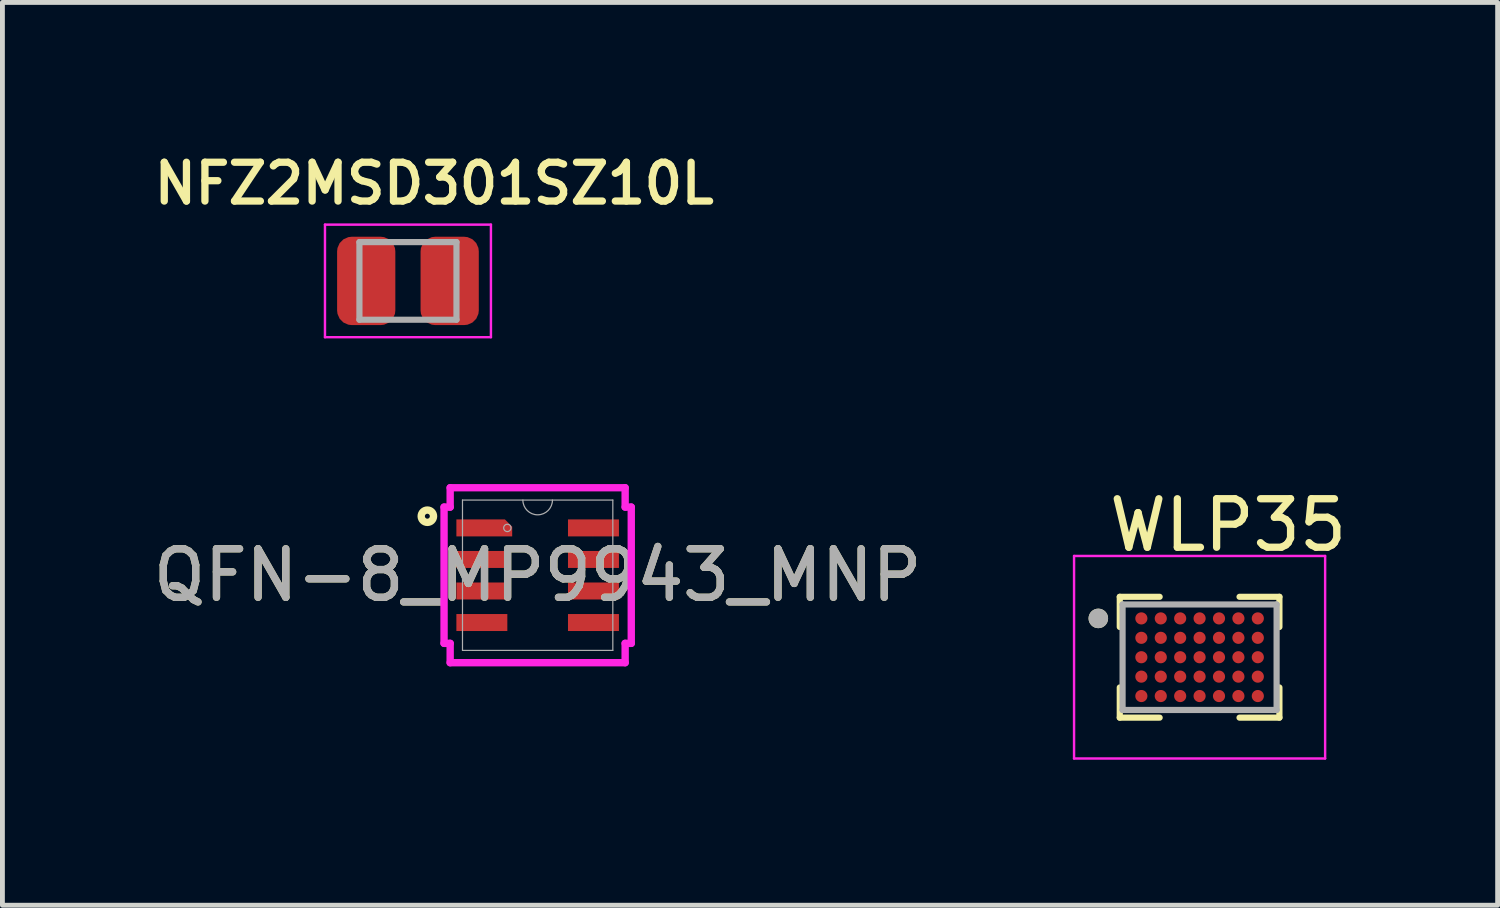
<source format=kicad_pcb>
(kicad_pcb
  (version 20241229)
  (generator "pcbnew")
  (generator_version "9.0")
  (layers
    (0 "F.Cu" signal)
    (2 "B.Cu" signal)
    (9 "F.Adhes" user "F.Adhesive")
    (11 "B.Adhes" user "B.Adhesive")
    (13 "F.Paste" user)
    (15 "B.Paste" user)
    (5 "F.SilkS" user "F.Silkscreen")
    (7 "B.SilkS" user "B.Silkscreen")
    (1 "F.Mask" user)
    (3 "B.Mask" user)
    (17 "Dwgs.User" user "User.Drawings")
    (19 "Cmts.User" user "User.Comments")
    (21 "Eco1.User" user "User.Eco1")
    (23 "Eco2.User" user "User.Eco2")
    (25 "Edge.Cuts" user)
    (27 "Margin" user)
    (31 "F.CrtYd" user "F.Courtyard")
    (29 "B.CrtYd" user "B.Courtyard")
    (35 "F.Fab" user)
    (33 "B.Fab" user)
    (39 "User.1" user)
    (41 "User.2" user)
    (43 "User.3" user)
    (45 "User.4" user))
  (footprint "WLP35"
    (layer "F.Cu")
    (at 21.671 10.494)
    (property "Reference" "WLP35" (at 0.589 -2.721 0) (layer "F.SilkS") (effects (font (size 1 1) (thickness 0.15))))
    (attr smd)
    (fp_line (start -1.645 -1.245) (end -1.645 -0.623) (stroke (width 0.127) (type solid)) (layer "F.SilkS"))
    (fp_line (start -1.645 -1.245) (end -0.823 -1.245) (stroke (width 0.127) (type solid)) (layer "F.SilkS"))
    (fp_line (start -1.645 1.245) (end -1.645 0.623) (stroke (width 0.127) (type solid)) (layer "F.SilkS"))
    (fp_line (start -1.645 1.245) (end -0.823 1.245) (stroke (width 0.127) (type solid)) (layer "F.SilkS"))
    (fp_line (start 1.645 -1.245) (end 0.823 -1.245) (stroke (width 0.127) (type solid)) (layer "F.SilkS"))
    (fp_line (start 1.645 -1.245) (end 1.645 -0.623) (stroke (width 0.127) (type solid)) (layer "F.SilkS"))
    (fp_line (start 1.645 1.245) (end 0.823 1.245) (stroke (width 0.127) (type solid)) (layer "F.SilkS"))
    (fp_line (start 1.645 1.245) (end 1.645 0.623) (stroke (width 0.127) (type solid)) (layer "F.SilkS"))
    (fp_circle (center -2.087 -0.8) (end -1.986 -0.8) (stroke (width 0.2) (type solid)) (fill no) (layer "F.SilkS"))
    (fp_line (start -2.587 -2.087) (end 2.587 -2.087) (stroke (width 0.05) (type solid)) (layer "F.CrtYd"))
    (fp_line (start -2.587 2.087) (end -2.587 -2.087) (stroke (width 0.05) (type solid)) (layer "F.CrtYd"))
    (fp_line (start -2.587 2.087) (end 2.587 2.087) (stroke (width 0.05) (type solid)) (layer "F.CrtYd"))
    (fp_line (start 2.587 2.087) (end 2.587 -2.087) (stroke (width 0.05) (type solid)) (layer "F.CrtYd"))
    (fp_line (start -1.587 1.087) (end -1.587 -1.087) (stroke (width 0.127) (type solid)) (layer "F.Fab"))
    (fp_line (start 1.587 -1.087) (end -1.587 -1.087) (stroke (width 0.127) (type solid)) (layer "F.Fab"))
    (fp_line (start 1.587 1.087) (end -1.587 1.087) (stroke (width 0.127) (type solid)) (layer "F.Fab"))
    (fp_line (start 1.587 1.087) (end 1.587 -1.087) (stroke (width 0.127) (type solid)) (layer "F.Fab"))
    (fp_circle (center -2.087 -0.8) (end -1.986 -0.8) (stroke (width 0.2) (type solid)) (fill no) (layer "F.Fab"))
    (pad "A1" smd circle (at -1.2 -0.8) (size 0.25 0.25) (layers "F.Cu" "F.Mask" "F.Paste"))
    (pad "A2" smd circle (at -0.8 -0.8) (size 0.25 0.25) (layers "F.Cu" "F.Mask" "F.Paste"))
    (pad "A3" smd circle (at -0.4 -0.8) (size 0.25 0.25) (layers "F.Cu" "F.Mask" "F.Paste"))
    (pad "A4" smd circle (at 0 -0.8) (size 0.25 0.25) (layers "F.Cu" "F.Mask" "F.Paste"))
    (pad "A5" smd circle (at 0.4 -0.8) (size 0.25 0.25) (layers "F.Cu" "F.Mask" "F.Paste"))
    (pad "A6" smd circle (at 0.8 -0.8) (size 0.25 0.25) (layers "F.Cu" "F.Mask" "F.Paste"))
    (pad "A7" smd circle (at 1.2 -0.8) (size 0.25 0.25) (layers "F.Cu" "F.Mask" "F.Paste"))
    (pad "B1" smd circle (at -1.2 -0.4) (size 0.25 0.25) (layers "F.Cu" "F.Mask" "F.Paste"))
    (pad "B2" smd circle (at -0.8 -0.4) (size 0.25 0.25) (layers "F.Cu" "F.Mask" "F.Paste"))
    (pad "B3" smd circle (at -0.4 -0.4) (size 0.25 0.25) (layers "F.Cu" "F.Mask" "F.Paste"))
    (pad "B4" smd circle (at 0 -0.4) (size 0.25 0.25) (layers "F.Cu" "F.Mask" "F.Paste"))
    (pad "B5" smd circle (at 0.4 -0.4) (size 0.25 0.25) (layers "F.Cu" "F.Mask" "F.Paste"))
    (pad "B6" smd circle (at 0.8 -0.4) (size 0.25 0.25) (layers "F.Cu" "F.Mask" "F.Paste"))
    (pad "B7" smd circle (at 1.2 -0.4) (size 0.25 0.25) (layers "F.Cu" "F.Mask" "F.Paste"))
    (pad "C1" smd circle (at -1.2 0) (size 0.25 0.25) (layers "F.Cu" "F.Mask" "F.Paste"))
    (pad "C2" smd circle (at -0.8 0) (size 0.25 0.25) (layers "F.Cu" "F.Mask" "F.Paste"))
    (pad "C3" smd circle (at -0.4 0) (size 0.25 0.25) (layers "F.Cu" "F.Mask" "F.Paste"))
    (pad "C4" smd circle (at 0 0) (size 0.25 0.25) (layers "F.Cu" "F.Mask" "F.Paste"))
    (pad "C5" smd circle (at 0.4 0) (size 0.25 0.25) (layers "F.Cu" "F.Mask" "F.Paste"))
    (pad "C6" smd circle (at 0.8 0) (size 0.25 0.25) (layers "F.Cu" "F.Mask" "F.Paste"))
    (pad "C7" smd circle (at 1.2 0) (size 0.25 0.25) (layers "F.Cu" "F.Mask" "F.Paste"))
    (pad "D1" smd circle (at -1.2 0.4) (size 0.25 0.25) (layers "F.Cu" "F.Mask" "F.Paste"))
    (pad "D2" smd circle (at -0.8 0.4) (size 0.25 0.25) (layers "F.Cu" "F.Mask" "F.Paste"))
    (pad "D3" smd circle (at -0.4 0.4) (size 0.25 0.25) (layers "F.Cu" "F.Mask" "F.Paste"))
    (pad "D4" smd circle (at 0 0.4) (size 0.25 0.25) (layers "F.Cu" "F.Mask" "F.Paste"))
    (pad "D5" smd circle (at 0.4 0.4) (size 0.25 0.25) (layers "F.Cu" "F.Mask" "F.Paste"))
    (pad "D6" smd circle (at 0.8 0.4) (size 0.25 0.25) (layers "F.Cu" "F.Mask" "F.Paste"))
    (pad "D7" smd circle (at 1.2 0.4) (size 0.25 0.25) (layers "F.Cu" "F.Mask" "F.Paste"))
    (pad "E1" smd circle (at -1.2 0.8) (size 0.25 0.25) (layers "F.Cu" "F.Mask" "F.Paste"))
    (pad "E2" smd circle (at -0.8 0.8) (size 0.25 0.25) (layers "F.Cu" "F.Mask" "F.Paste"))
    (pad "E3" smd circle (at -0.4 0.8) (size 0.25 0.25) (layers "F.Cu" "F.Mask" "F.Paste"))
    (pad "E4" smd circle (at 0 0.8) (size 0.25 0.25) (layers "F.Cu" "F.Mask" "F.Paste"))
    (pad "E5" smd circle (at 0.4 0.8) (size 0.25 0.25) (layers "F.Cu" "F.Mask" "F.Paste"))
    (pad "E6" smd circle (at 0.8 0.8) (size 0.25 0.25) (layers "F.Cu" "F.Mask" "F.Paste"))
    (pad "E7" smd circle (at 1.2 0.8) (size 0.25 0.25) (layers "F.Cu" "F.Mask" "F.Paste")))
  (footprint "NFZ2MSD301SZ10L"
    (layer "F.Cu")
    (at 5.357 2.739)
    (property "Reference" "NFZ2MSD301SZ10L" (at 0.54 -2.008 0) (layer "F.SilkS") (effects (font (size 0.8 0.8) (thickness 0.15))))
    (attr smd)
    (fp_line (start -1.71 -1.16) (end 1.71 -1.16) (stroke (width 0.05) (type solid)) (layer "F.CrtYd"))
    (fp_line (start -1.71 1.16) (end -1.71 -1.16) (stroke (width 0.05) (type solid)) (layer "F.CrtYd"))
    (fp_line (start -1.71 1.16) (end 1.71 1.16) (stroke (width 0.05) (type solid)) (layer "F.CrtYd"))
    (fp_line (start 1.71 1.16) (end 1.71 -1.16) (stroke (width 0.05) (type solid)) (layer "F.CrtYd"))
    (fp_line (start -1 0.8) (end -1 -0.8) (stroke (width 0.127) (type solid)) (layer "F.Fab"))
    (fp_line (start 1 -0.8) (end -1 -0.8) (stroke (width 0.127) (type solid)) (layer "F.Fab"))
    (fp_line (start 1 0.8) (end -1 0.8) (stroke (width 0.127) (type solid)) (layer "F.Fab"))
    (fp_line (start 1 0.8) (end 1 -0.8) (stroke (width 0.127) (type solid)) (layer "F.Fab"))
    (pad "1" smd roundrect (at -0.86 0) (size 1.2 1.82) (layers "F.Cu" "F.Mask" "F.Paste") (roundrect_rratio 0.25))
    (pad "2" smd roundrect (at 0.86 0) (size 1.2 1.82) (layers "F.Cu" "F.Mask" "F.Paste") (roundrect_rratio 0.25)))
  (footprint "QFN-8_MP9943_MNP"
    (layer "F.Cu")
    (at 8.03 8.804)
    (property "Reference" "QFN-8_MP9943_MNP" (at 0 0 0) (unlocked yes) (layer "F.SilkS") (effects (font (size 1 1) (thickness 0.15))))
    (attr smd)
    (fp_poly (pts (xy -1.675 -1.15) (xy -1.675 -0.8) (xy -0.525 -0.8) (xy -0.525 -1) (xy -0.675 -1.15)) (stroke (width 0) (type solid)) (fill yes) (layer "F.Cu"))
    (fp_poly (pts (xy -1.675 -1.15) (xy -1.675 -0.8) (xy -0.525 -0.8) (xy -0.525 -1) (xy -0.675 -1.15)) (stroke (width 0) (type solid)) (fill yes) (layer "F.Mask"))
    (fp_circle (center -2.273 -1.216) (end -2.146 -1.216) (stroke (width 0.152) (type solid)) (fill no) (layer "F.SilkS"))
    (fp_poly (pts (xy -1.675 -1.15) (xy -1.675 -0.8) (xy -0.525 -0.8) (xy -0.525 -1) (xy -0.675 -1.15)) (stroke (width 0) (type solid)) (fill yes) (layer "F.Paste"))
    (fp_line (start -1.929 -1.404) (end -1.803 -1.404) (stroke (width 0.152) (type solid)) (layer "F.CrtYd"))
    (fp_line (start -1.929 1.404) (end -1.929 -1.404) (stroke (width 0.152) (type solid)) (layer "F.CrtYd"))
    (fp_line (start -1.929 1.404) (end -1.803 1.404) (stroke (width 0.152) (type solid)) (layer "F.CrtYd"))
    (fp_line (start -1.803 -1.803) (end 1.803 -1.803) (stroke (width 0.152) (type solid)) (layer "F.CrtYd"))
    (fp_line (start -1.803 -1.404) (end -1.803 -1.803) (stroke (width 0.152) (type solid)) (layer "F.CrtYd"))
    (fp_line (start -1.803 1.803) (end -1.803 1.404) (stroke (width 0.152) (type solid)) (layer "F.CrtYd"))
    (fp_line (start 1.803 -1.803) (end 1.803 -1.404) (stroke (width 0.152) (type solid)) (layer "F.CrtYd"))
    (fp_line (start 1.803 1.404) (end 1.803 1.803) (stroke (width 0.152) (type solid)) (layer "F.CrtYd"))
    (fp_line (start 1.803 1.803) (end -1.803 1.803) (stroke (width 0.152) (type solid)) (layer "F.CrtYd"))
    (fp_line (start 1.929 -1.404) (end 1.803 -1.404) (stroke (width 0.152) (type solid)) (layer "F.CrtYd"))
    (fp_line (start 1.929 -1.404) (end 1.929 1.404) (stroke (width 0.152) (type solid)) (layer "F.CrtYd"))
    (fp_line (start 1.929 1.404) (end 1.803 1.404) (stroke (width 0.152) (type solid)) (layer "F.CrtYd"))
    (fp_line (start -1.549 -1.549) (end -1.549 1.549) (stroke (width 0.025) (type solid)) (layer "F.Fab"))
    (fp_line (start -1.549 1.549) (end 1.549 1.549) (stroke (width 0.025) (type solid)) (layer "F.Fab"))
    (fp_line (start 1.549 -1.549) (end -1.549 -1.549) (stroke (width 0.025) (type solid)) (layer "F.Fab"))
    (fp_line (start 1.549 1.549) (end 1.549 -1.549) (stroke (width 0.025) (type solid)) (layer "F.Fab"))
    (fp_arc (start 0.3048 -1.5494) (mid 0 -1.2446) (end -0.3048 -1.5494) (stroke (width 0.0254) (type solid)) (layer "F.Fab"))
    (fp_circle (center -0.625 -0.975) (end -0.549 -0.975) (stroke (width 0.025) (type solid)) (fill no) (layer "F.Fab"))
    (fp_text user "${REFERENCE}" (at 0 0 0) (unlocked yes) (layer "F.Fab") (effects (font (size 1 1) (thickness 0.15))))
    (pad "1" smd rect (at -1.1 -0.975) (size 0.127 0.127) (layers "F.Cu" "F.Mask" "F.Paste"))
    (pad "2" smd rect (at -1.15 -0.325) (size 1.05 0.35) (layers "F.Cu" "F.Mask" "F.Paste"))
    (pad "3" smd rect (at -1.15 0.325) (size 1.05 0.35) (layers "F.Cu" "F.Mask" "F.Paste"))
    (pad "4" smd rect (at -1.15 0.975) (size 1.05 0.35) (layers "F.Cu" "F.Mask" "F.Paste"))
    (pad "5" smd rect (at 1.15 0.975) (size 1.05 0.35) (layers "F.Cu" "F.Mask" "F.Paste"))
    (pad "6" smd rect (at 1.15 0.325) (size 1.05 0.35) (layers "F.Cu" "F.Mask" "F.Paste"))
    (pad "7" smd rect (at 1.15 -0.325) (size 1.05 0.35) (layers "F.Cu" "F.Mask" "F.Paste"))
    (pad "8" smd rect (at 1.15 -0.975) (size 1.05 0.35) (layers "F.Cu" "F.Mask" "F.Paste")))
  (gr_rect
    (start -3 -3)
    (end 27.813 15.605)
    (stroke (width 0.1) (type default))
    (fill no)
    (layer "Edge.Cuts")))
</source>
